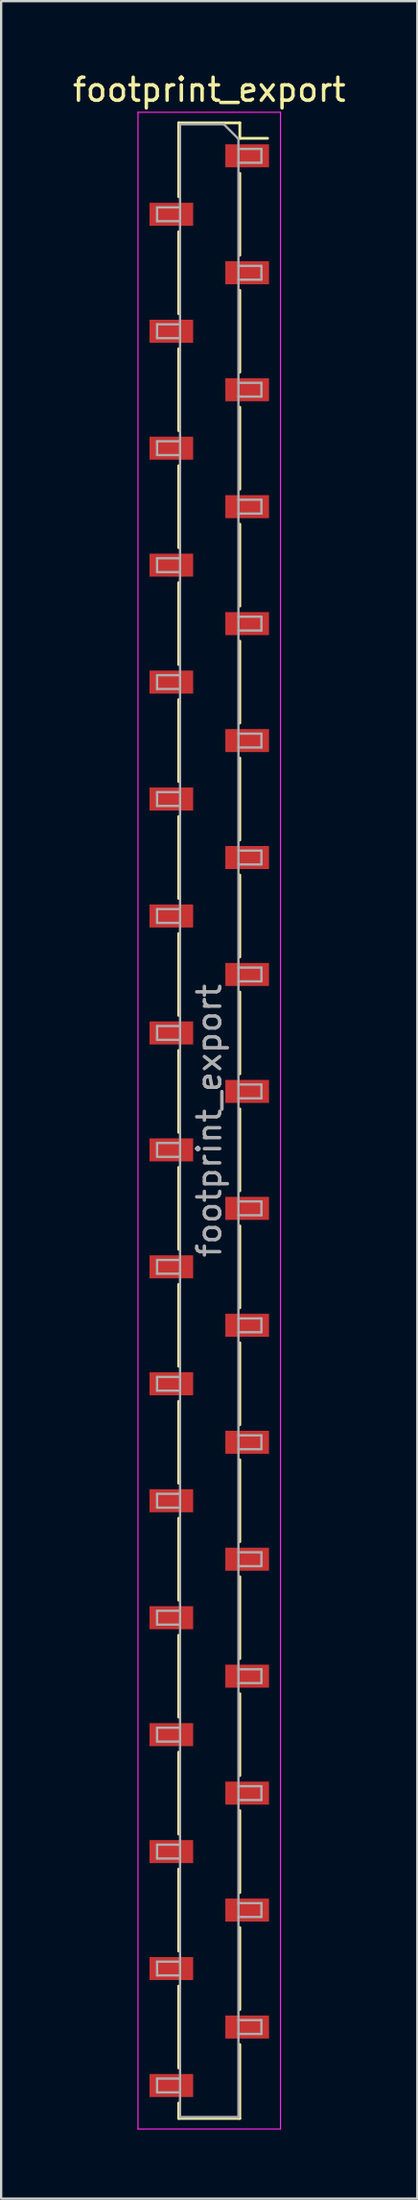
<source format=kicad_pcb>
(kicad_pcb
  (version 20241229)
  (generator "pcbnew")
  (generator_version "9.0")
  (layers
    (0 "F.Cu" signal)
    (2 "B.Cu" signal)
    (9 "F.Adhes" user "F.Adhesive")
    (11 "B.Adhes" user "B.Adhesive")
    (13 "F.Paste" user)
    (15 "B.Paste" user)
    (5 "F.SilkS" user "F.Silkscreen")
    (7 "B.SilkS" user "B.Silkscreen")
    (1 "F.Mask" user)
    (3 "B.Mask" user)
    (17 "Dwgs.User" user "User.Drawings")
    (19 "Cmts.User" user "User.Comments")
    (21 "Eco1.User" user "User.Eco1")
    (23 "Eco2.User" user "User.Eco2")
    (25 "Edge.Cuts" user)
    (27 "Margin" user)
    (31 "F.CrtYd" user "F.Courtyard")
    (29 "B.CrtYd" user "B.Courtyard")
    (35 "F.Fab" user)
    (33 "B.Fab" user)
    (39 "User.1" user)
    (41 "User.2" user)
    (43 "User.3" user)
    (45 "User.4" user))
  (footprint "footprint_export"
    (layer "F.Cu")
    (at 6.054 45.628)
    (property "Reference" "footprint_export" (at 0 -44.78 0) (layer "F.SilkS") (effects (font (size 1 1) (thickness 0.15))))
    (attr smd)
    (fp_line (start -1.33 -43.34) (end -1.33 -40.13) (stroke (width 0.12) (type solid)) (layer "F.SilkS"))
    (fp_line (start -1.33 -43.34) (end 1.33 -43.34) (stroke (width 0.12) (type solid)) (layer "F.SilkS"))
    (fp_line (start -1.33 -38.61) (end -1.33 -35.05) (stroke (width 0.12) (type solid)) (layer "F.SilkS"))
    (fp_line (start -1.33 -33.53) (end -1.33 -29.97) (stroke (width 0.12) (type solid)) (layer "F.SilkS"))
    (fp_line (start -1.33 -28.45) (end -1.33 -24.89) (stroke (width 0.12) (type solid)) (layer "F.SilkS"))
    (fp_line (start -1.33 -23.37) (end -1.33 -19.81) (stroke (width 0.12) (type solid)) (layer "F.SilkS"))
    (fp_line (start -1.33 -18.29) (end -1.33 -14.73) (stroke (width 0.12) (type solid)) (layer "F.SilkS"))
    (fp_line (start -1.33 -13.21) (end -1.33 -9.65) (stroke (width 0.12) (type solid)) (layer "F.SilkS"))
    (fp_line (start -1.33 -8.13) (end -1.33 -4.57) (stroke (width 0.12) (type solid)) (layer "F.SilkS"))
    (fp_line (start -1.33 -3.05) (end -1.33 0.51) (stroke (width 0.12) (type solid)) (layer "F.SilkS"))
    (fp_line (start -1.33 2.03) (end -1.33 5.59) (stroke (width 0.12) (type solid)) (layer "F.SilkS"))
    (fp_line (start -1.33 7.11) (end -1.33 10.67) (stroke (width 0.12) (type solid)) (layer "F.SilkS"))
    (fp_line (start -1.33 12.19) (end -1.33 15.75) (stroke (width 0.12) (type solid)) (layer "F.SilkS"))
    (fp_line (start -1.33 17.27) (end -1.33 20.83) (stroke (width 0.12) (type solid)) (layer "F.SilkS"))
    (fp_line (start -1.33 22.35) (end -1.33 25.91) (stroke (width 0.12) (type solid)) (layer "F.SilkS"))
    (fp_line (start -1.33 27.43) (end -1.33 30.99) (stroke (width 0.12) (type solid)) (layer "F.SilkS"))
    (fp_line (start -1.33 32.51) (end -1.33 36.07) (stroke (width 0.12) (type solid)) (layer "F.SilkS"))
    (fp_line (start -1.33 37.59) (end -1.33 41.15) (stroke (width 0.12) (type solid)) (layer "F.SilkS"))
    (fp_line (start -1.33 42.67) (end -1.33 43.34) (stroke (width 0.12) (type solid)) (layer "F.SilkS"))
    (fp_line (start -1.33 43.34) (end 1.33 43.34) (stroke (width 0.12) (type solid)) (layer "F.SilkS"))
    (fp_line (start 1.33 -43.34) (end 1.33 -42.67) (stroke (width 0.12) (type solid)) (layer "F.SilkS"))
    (fp_line (start 1.33 -42.67) (end 2.54 -42.67) (stroke (width 0.12) (type solid)) (layer "F.SilkS"))
    (fp_line (start 1.33 -41.15) (end 1.33 -37.59) (stroke (width 0.12) (type solid)) (layer "F.SilkS"))
    (fp_line (start 1.33 -36.07) (end 1.33 -32.51) (stroke (width 0.12) (type solid)) (layer "F.SilkS"))
    (fp_line (start 1.33 -30.99) (end 1.33 -27.43) (stroke (width 0.12) (type solid)) (layer "F.SilkS"))
    (fp_line (start 1.33 -25.91) (end 1.33 -22.35) (stroke (width 0.12) (type solid)) (layer "F.SilkS"))
    (fp_line (start 1.33 -20.83) (end 1.33 -17.27) (stroke (width 0.12) (type solid)) (layer "F.SilkS"))
    (fp_line (start 1.33 -15.75) (end 1.33 -12.19) (stroke (width 0.12) (type solid)) (layer "F.SilkS"))
    (fp_line (start 1.33 -10.67) (end 1.33 -7.11) (stroke (width 0.12) (type solid)) (layer "F.SilkS"))
    (fp_line (start 1.33 -5.59) (end 1.33 -2.03) (stroke (width 0.12) (type solid)) (layer "F.SilkS"))
    (fp_line (start 1.33 -0.51) (end 1.33 3.05) (stroke (width 0.12) (type solid)) (layer "F.SilkS"))
    (fp_line (start 1.33 4.57) (end 1.33 8.13) (stroke (width 0.12) (type solid)) (layer "F.SilkS"))
    (fp_line (start 1.33 9.65) (end 1.33 13.21) (stroke (width 0.12) (type solid)) (layer "F.SilkS"))
    (fp_line (start 1.33 14.73) (end 1.33 18.29) (stroke (width 0.12) (type solid)) (layer "F.SilkS"))
    (fp_line (start 1.33 19.81) (end 1.33 23.37) (stroke (width 0.12) (type solid)) (layer "F.SilkS"))
    (fp_line (start 1.33 24.89) (end 1.33 28.45) (stroke (width 0.12) (type solid)) (layer "F.SilkS"))
    (fp_line (start 1.33 29.97) (end 1.33 33.53) (stroke (width 0.12) (type solid)) (layer "F.SilkS"))
    (fp_line (start 1.33 35.05) (end 1.33 38.61) (stroke (width 0.12) (type solid)) (layer "F.SilkS"))
    (fp_line (start 1.33 40.13) (end 1.33 43.34) (stroke (width 0.12) (type solid)) (layer "F.SilkS"))
    (fp_line (start -3.1 -43.8) (end 3.1 -43.8) (stroke (width 0.05) (type solid)) (layer "F.CrtYd"))
    (fp_line (start -3.1 43.8) (end -3.1 -43.8) (stroke (width 0.05) (type solid)) (layer "F.CrtYd"))
    (fp_line (start 3.1 -43.8) (end 3.1 43.8) (stroke (width 0.05) (type solid)) (layer "F.CrtYd"))
    (fp_line (start 3.1 43.8) (end -3.1 43.8) (stroke (width 0.05) (type solid)) (layer "F.CrtYd"))
    (fp_line (start -2.27 -39.67) (end -1.27 -39.67) (stroke (width 0.1) (type solid)) (layer "F.Fab"))
    (fp_line (start -2.27 -39.07) (end -2.27 -39.67) (stroke (width 0.1) (type solid)) (layer "F.Fab"))
    (fp_line (start -2.27 -34.59) (end -1.27 -34.59) (stroke (width 0.1) (type solid)) (layer "F.Fab"))
    (fp_line (start -2.27 -33.99) (end -2.27 -34.59) (stroke (width 0.1) (type solid)) (layer "F.Fab"))
    (fp_line (start -2.27 -29.51) (end -1.27 -29.51) (stroke (width 0.1) (type solid)) (layer "F.Fab"))
    (fp_line (start -2.27 -28.91) (end -2.27 -29.51) (stroke (width 0.1) (type solid)) (layer "F.Fab"))
    (fp_line (start -2.27 -24.43) (end -1.27 -24.43) (stroke (width 0.1) (type solid)) (layer "F.Fab"))
    (fp_line (start -2.27 -23.83) (end -2.27 -24.43) (stroke (width 0.1) (type solid)) (layer "F.Fab"))
    (fp_line (start -2.27 -19.35) (end -1.27 -19.35) (stroke (width 0.1) (type solid)) (layer "F.Fab"))
    (fp_line (start -2.27 -18.75) (end -2.27 -19.35) (stroke (width 0.1) (type solid)) (layer "F.Fab"))
    (fp_line (start -2.27 -14.27) (end -1.27 -14.27) (stroke (width 0.1) (type solid)) (layer "F.Fab"))
    (fp_line (start -2.27 -13.67) (end -2.27 -14.27) (stroke (width 0.1) (type solid)) (layer "F.Fab"))
    (fp_line (start -2.27 -9.19) (end -1.27 -9.19) (stroke (width 0.1) (type solid)) (layer "F.Fab"))
    (fp_line (start -2.27 -8.59) (end -2.27 -9.19) (stroke (width 0.1) (type solid)) (layer "F.Fab"))
    (fp_line (start -2.27 -4.11) (end -1.27 -4.11) (stroke (width 0.1) (type solid)) (layer "F.Fab"))
    (fp_line (start -2.27 -3.51) (end -2.27 -4.11) (stroke (width 0.1) (type solid)) (layer "F.Fab"))
    (fp_line (start -2.27 0.97) (end -1.27 0.97) (stroke (width 0.1) (type solid)) (layer "F.Fab"))
    (fp_line (start -2.27 1.57) (end -2.27 0.97) (stroke (width 0.1) (type solid)) (layer "F.Fab"))
    (fp_line (start -2.27 6.05) (end -1.27 6.05) (stroke (width 0.1) (type solid)) (layer "F.Fab"))
    (fp_line (start -2.27 6.65) (end -2.27 6.05) (stroke (width 0.1) (type solid)) (layer "F.Fab"))
    (fp_line (start -2.27 11.13) (end -1.27 11.13) (stroke (width 0.1) (type solid)) (layer "F.Fab"))
    (fp_line (start -2.27 11.73) (end -2.27 11.13) (stroke (width 0.1) (type solid)) (layer "F.Fab"))
    (fp_line (start -2.27 16.21) (end -1.27 16.21) (stroke (width 0.1) (type solid)) (layer "F.Fab"))
    (fp_line (start -2.27 16.81) (end -2.27 16.21) (stroke (width 0.1) (type solid)) (layer "F.Fab"))
    (fp_line (start -2.27 21.29) (end -1.27 21.29) (stroke (width 0.1) (type solid)) (layer "F.Fab"))
    (fp_line (start -2.27 21.89) (end -2.27 21.29) (stroke (width 0.1) (type solid)) (layer "F.Fab"))
    (fp_line (start -2.27 26.37) (end -1.27 26.37) (stroke (width 0.1) (type solid)) (layer "F.Fab"))
    (fp_line (start -2.27 26.97) (end -2.27 26.37) (stroke (width 0.1) (type solid)) (layer "F.Fab"))
    (fp_line (start -2.27 31.45) (end -1.27 31.45) (stroke (width 0.1) (type solid)) (layer "F.Fab"))
    (fp_line (start -2.27 32.05) (end -2.27 31.45) (stroke (width 0.1) (type solid)) (layer "F.Fab"))
    (fp_line (start -2.27 36.53) (end -1.27 36.53) (stroke (width 0.1) (type solid)) (layer "F.Fab"))
    (fp_line (start -2.27 37.13) (end -2.27 36.53) (stroke (width 0.1) (type solid)) (layer "F.Fab"))
    (fp_line (start -2.27 41.61) (end -1.27 41.61) (stroke (width 0.1) (type solid)) (layer "F.Fab"))
    (fp_line (start -2.27 42.21) (end -2.27 41.61) (stroke (width 0.1) (type solid)) (layer "F.Fab"))
    (fp_line (start -1.27 -43.28) (end 0.635 -43.28) (stroke (width 0.1) (type solid)) (layer "F.Fab"))
    (fp_line (start -1.27 -39.07) (end -2.27 -39.07) (stroke (width 0.1) (type solid)) (layer "F.Fab"))
    (fp_line (start -1.27 -33.99) (end -2.27 -33.99) (stroke (width 0.1) (type solid)) (layer "F.Fab"))
    (fp_line (start -1.27 -28.91) (end -2.27 -28.91) (stroke (width 0.1) (type solid)) (layer "F.Fab"))
    (fp_line (start -1.27 -23.83) (end -2.27 -23.83) (stroke (width 0.1) (type solid)) (layer "F.Fab"))
    (fp_line (start -1.27 -18.75) (end -2.27 -18.75) (stroke (width 0.1) (type solid)) (layer "F.Fab"))
    (fp_line (start -1.27 -13.67) (end -2.27 -13.67) (stroke (width 0.1) (type solid)) (layer "F.Fab"))
    (fp_line (start -1.27 -8.59) (end -2.27 -8.59) (stroke (width 0.1) (type solid)) (layer "F.Fab"))
    (fp_line (start -1.27 -3.51) (end -2.27 -3.51) (stroke (width 0.1) (type solid)) (layer "F.Fab"))
    (fp_line (start -1.27 1.57) (end -2.27 1.57) (stroke (width 0.1) (type solid)) (layer "F.Fab"))
    (fp_line (start -1.27 6.65) (end -2.27 6.65) (stroke (width 0.1) (type solid)) (layer "F.Fab"))
    (fp_line (start -1.27 11.73) (end -2.27 11.73) (stroke (width 0.1) (type solid)) (layer "F.Fab"))
    (fp_line (start -1.27 16.81) (end -2.27 16.81) (stroke (width 0.1) (type solid)) (layer "F.Fab"))
    (fp_line (start -1.27 21.89) (end -2.27 21.89) (stroke (width 0.1) (type solid)) (layer "F.Fab"))
    (fp_line (start -1.27 26.97) (end -2.27 26.97) (stroke (width 0.1) (type solid)) (layer "F.Fab"))
    (fp_line (start -1.27 32.05) (end -2.27 32.05) (stroke (width 0.1) (type solid)) (layer "F.Fab"))
    (fp_line (start -1.27 37.13) (end -2.27 37.13) (stroke (width 0.1) (type solid)) (layer "F.Fab"))
    (fp_line (start -1.27 42.21) (end -2.27 42.21) (stroke (width 0.1) (type solid)) (layer "F.Fab"))
    (fp_line (start -1.27 43.28) (end -1.27 -43.28) (stroke (width 0.1) (type solid)) (layer "F.Fab"))
    (fp_line (start 0.635 -43.28) (end 1.27 -42.645) (stroke (width 0.1) (type solid)) (layer "F.Fab"))
    (fp_line (start 1.27 -42.645) (end 1.27 43.28) (stroke (width 0.1) (type solid)) (layer "F.Fab"))
    (fp_line (start 1.27 -42.21) (end 2.27 -42.21) (stroke (width 0.1) (type solid)) (layer "F.Fab"))
    (fp_line (start 1.27 -37.13) (end 2.27 -37.13) (stroke (width 0.1) (type solid)) (layer "F.Fab"))
    (fp_line (start 1.27 -32.05) (end 2.27 -32.05) (stroke (width 0.1) (type solid)) (layer "F.Fab"))
    (fp_line (start 1.27 -26.97) (end 2.27 -26.97) (stroke (width 0.1) (type solid)) (layer "F.Fab"))
    (fp_line (start 1.27 -21.89) (end 2.27 -21.89) (stroke (width 0.1) (type solid)) (layer "F.Fab"))
    (fp_line (start 1.27 -16.81) (end 2.27 -16.81) (stroke (width 0.1) (type solid)) (layer "F.Fab"))
    (fp_line (start 1.27 -11.73) (end 2.27 -11.73) (stroke (width 0.1) (type solid)) (layer "F.Fab"))
    (fp_line (start 1.27 -6.65) (end 2.27 -6.65) (stroke (width 0.1) (type solid)) (layer "F.Fab"))
    (fp_line (start 1.27 -1.57) (end 2.27 -1.57) (stroke (width 0.1) (type solid)) (layer "F.Fab"))
    (fp_line (start 1.27 3.51) (end 2.27 3.51) (stroke (width 0.1) (type solid)) (layer "F.Fab"))
    (fp_line (start 1.27 8.59) (end 2.27 8.59) (stroke (width 0.1) (type solid)) (layer "F.Fab"))
    (fp_line (start 1.27 13.67) (end 2.27 13.67) (stroke (width 0.1) (type solid)) (layer "F.Fab"))
    (fp_line (start 1.27 18.75) (end 2.27 18.75) (stroke (width 0.1) (type solid)) (layer "F.Fab"))
    (fp_line (start 1.27 23.83) (end 2.27 23.83) (stroke (width 0.1) (type solid)) (layer "F.Fab"))
    (fp_line (start 1.27 28.91) (end 2.27 28.91) (stroke (width 0.1) (type solid)) (layer "F.Fab"))
    (fp_line (start 1.27 33.99) (end 2.27 33.99) (stroke (width 0.1) (type solid)) (layer "F.Fab"))
    (fp_line (start 1.27 39.07) (end 2.27 39.07) (stroke (width 0.1) (type solid)) (layer "F.Fab"))
    (fp_line (start 1.27 43.28) (end -1.27 43.28) (stroke (width 0.1) (type solid)) (layer "F.Fab"))
    (fp_line (start 2.27 -42.21) (end 2.27 -41.61) (stroke (width 0.1) (type solid)) (layer "F.Fab"))
    (fp_line (start 2.27 -41.61) (end 1.27 -41.61) (stroke (width 0.1) (type solid)) (layer "F.Fab"))
    (fp_line (start 2.27 -37.13) (end 2.27 -36.53) (stroke (width 0.1) (type solid)) (layer "F.Fab"))
    (fp_line (start 2.27 -36.53) (end 1.27 -36.53) (stroke (width 0.1) (type solid)) (layer "F.Fab"))
    (fp_line (start 2.27 -32.05) (end 2.27 -31.45) (stroke (width 0.1) (type solid)) (layer "F.Fab"))
    (fp_line (start 2.27 -31.45) (end 1.27 -31.45) (stroke (width 0.1) (type solid)) (layer "F.Fab"))
    (fp_line (start 2.27 -26.97) (end 2.27 -26.37) (stroke (width 0.1) (type solid)) (layer "F.Fab"))
    (fp_line (start 2.27 -26.37) (end 1.27 -26.37) (stroke (width 0.1) (type solid)) (layer "F.Fab"))
    (fp_line (start 2.27 -21.89) (end 2.27 -21.29) (stroke (width 0.1) (type solid)) (layer "F.Fab"))
    (fp_line (start 2.27 -21.29) (end 1.27 -21.29) (stroke (width 0.1) (type solid)) (layer "F.Fab"))
    (fp_line (start 2.27 -16.81) (end 2.27 -16.21) (stroke (width 0.1) (type solid)) (layer "F.Fab"))
    (fp_line (start 2.27 -16.21) (end 1.27 -16.21) (stroke (width 0.1) (type solid)) (layer "F.Fab"))
    (fp_line (start 2.27 -11.73) (end 2.27 -11.13) (stroke (width 0.1) (type solid)) (layer "F.Fab"))
    (fp_line (start 2.27 -11.13) (end 1.27 -11.13) (stroke (width 0.1) (type solid)) (layer "F.Fab"))
    (fp_line (start 2.27 -6.65) (end 2.27 -6.05) (stroke (width 0.1) (type solid)) (layer "F.Fab"))
    (fp_line (start 2.27 -6.05) (end 1.27 -6.05) (stroke (width 0.1) (type solid)) (layer "F.Fab"))
    (fp_line (start 2.27 -1.57) (end 2.27 -0.97) (stroke (width 0.1) (type solid)) (layer "F.Fab"))
    (fp_line (start 2.27 -0.97) (end 1.27 -0.97) (stroke (width 0.1) (type solid)) (layer "F.Fab"))
    (fp_line (start 2.27 3.51) (end 2.27 4.11) (stroke (width 0.1) (type solid)) (layer "F.Fab"))
    (fp_line (start 2.27 4.11) (end 1.27 4.11) (stroke (width 0.1) (type solid)) (layer "F.Fab"))
    (fp_line (start 2.27 8.59) (end 2.27 9.19) (stroke (width 0.1) (type solid)) (layer "F.Fab"))
    (fp_line (start 2.27 9.19) (end 1.27 9.19) (stroke (width 0.1) (type solid)) (layer "F.Fab"))
    (fp_line (start 2.27 13.67) (end 2.27 14.27) (stroke (width 0.1) (type solid)) (layer "F.Fab"))
    (fp_line (start 2.27 14.27) (end 1.27 14.27) (stroke (width 0.1) (type solid)) (layer "F.Fab"))
    (fp_line (start 2.27 18.75) (end 2.27 19.35) (stroke (width 0.1) (type solid)) (layer "F.Fab"))
    (fp_line (start 2.27 19.35) (end 1.27 19.35) (stroke (width 0.1) (type solid)) (layer "F.Fab"))
    (fp_line (start 2.27 23.83) (end 2.27 24.43) (stroke (width 0.1) (type solid)) (layer "F.Fab"))
    (fp_line (start 2.27 24.43) (end 1.27 24.43) (stroke (width 0.1) (type solid)) (layer "F.Fab"))
    (fp_line (start 2.27 28.91) (end 2.27 29.51) (stroke (width 0.1) (type solid)) (layer "F.Fab"))
    (fp_line (start 2.27 29.51) (end 1.27 29.51) (stroke (width 0.1) (type solid)) (layer "F.Fab"))
    (fp_line (start 2.27 33.99) (end 2.27 34.59) (stroke (width 0.1) (type solid)) (layer "F.Fab"))
    (fp_line (start 2.27 34.59) (end 1.27 34.59) (stroke (width 0.1) (type solid)) (layer "F.Fab"))
    (fp_line (start 2.27 39.07) (end 2.27 39.67) (stroke (width 0.1) (type solid)) (layer "F.Fab"))
    (fp_line (start 2.27 39.67) (end 1.27 39.67) (stroke (width 0.1) (type solid)) (layer "F.Fab"))
    (fp_text user "${REFERENCE}" (at 0 0 90) (layer "F.Fab") (effects (font (size 1 1) (thickness 0.15))))
    (pad "1" smd rect (at 1.65 -41.91) (size 1.9 1) (layers "F.Cu" "F.Mask" "F.Paste"))
    (pad "2" smd rect (at -1.65 -39.37) (size 1.9 1) (layers "F.Cu" "F.Mask" "F.Paste"))
    (pad "3" smd rect (at 1.65 -36.83) (size 1.9 1) (layers "F.Cu" "F.Mask" "F.Paste"))
    (pad "4" smd rect (at -1.65 -34.29) (size 1.9 1) (layers "F.Cu" "F.Mask" "F.Paste"))
    (pad "5" smd rect (at 1.65 -31.75) (size 1.9 1) (layers "F.Cu" "F.Mask" "F.Paste"))
    (pad "6" smd rect (at -1.65 -29.21) (size 1.9 1) (layers "F.Cu" "F.Mask" "F.Paste"))
    (pad "7" smd rect (at 1.65 -26.67) (size 1.9 1) (layers "F.Cu" "F.Mask" "F.Paste"))
    (pad "8" smd rect (at -1.65 -24.13) (size 1.9 1) (layers "F.Cu" "F.Mask" "F.Paste"))
    (pad "9" smd rect (at 1.65 -21.59) (size 1.9 1) (layers "F.Cu" "F.Mask" "F.Paste"))
    (pad "10" smd rect (at -1.65 -19.05) (size 1.9 1) (layers "F.Cu" "F.Mask" "F.Paste"))
    (pad "11" smd rect (at 1.65 -16.51) (size 1.9 1) (layers "F.Cu" "F.Mask" "F.Paste"))
    (pad "12" smd rect (at -1.65 -13.97) (size 1.9 1) (layers "F.Cu" "F.Mask" "F.Paste"))
    (pad "13" smd rect (at 1.65 -11.43) (size 1.9 1) (layers "F.Cu" "F.Mask" "F.Paste"))
    (pad "14" smd rect (at -1.65 -8.89) (size 1.9 1) (layers "F.Cu" "F.Mask" "F.Paste"))
    (pad "15" smd rect (at 1.65 -6.35) (size 1.9 1) (layers "F.Cu" "F.Mask" "F.Paste"))
    (pad "16" smd rect (at -1.65 -3.81) (size 1.9 1) (layers "F.Cu" "F.Mask" "F.Paste"))
    (pad "17" smd rect (at 1.65 -1.27) (size 1.9 1) (layers "F.Cu" "F.Mask" "F.Paste"))
    (pad "18" smd rect (at -1.65 1.27) (size 1.9 1) (layers "F.Cu" "F.Mask" "F.Paste"))
    (pad "19" smd rect (at 1.65 3.81) (size 1.9 1) (layers "F.Cu" "F.Mask" "F.Paste"))
    (pad "20" smd rect (at -1.65 6.35) (size 1.9 1) (layers "F.Cu" "F.Mask" "F.Paste"))
    (pad "21" smd rect (at 1.65 8.89) (size 1.9 1) (layers "F.Cu" "F.Mask" "F.Paste"))
    (pad "22" smd rect (at -1.65 11.43) (size 1.9 1) (layers "F.Cu" "F.Mask" "F.Paste"))
    (pad "23" smd rect (at 1.65 13.97) (size 1.9 1) (layers "F.Cu" "F.Mask" "F.Paste"))
    (pad "24" smd rect (at -1.65 16.51) (size 1.9 1) (layers "F.Cu" "F.Mask" "F.Paste"))
    (pad "25" smd rect (at 1.65 19.05) (size 1.9 1) (layers "F.Cu" "F.Mask" "F.Paste"))
    (pad "26" smd rect (at -1.65 21.59) (size 1.9 1) (layers "F.Cu" "F.Mask" "F.Paste"))
    (pad "27" smd rect (at 1.65 24.13) (size 1.9 1) (layers "F.Cu" "F.Mask" "F.Paste"))
    (pad "28" smd rect (at -1.65 26.67) (size 1.9 1) (layers "F.Cu" "F.Mask" "F.Paste"))
    (pad "29" smd rect (at 1.65 29.21) (size 1.9 1) (layers "F.Cu" "F.Mask" "F.Paste"))
    (pad "30" smd rect (at -1.65 31.75) (size 1.9 1) (layers "F.Cu" "F.Mask" "F.Paste"))
    (pad "31" smd rect (at 1.65 34.29) (size 1.9 1) (layers "F.Cu" "F.Mask" "F.Paste"))
    (pad "32" smd rect (at -1.65 36.83) (size 1.9 1) (layers "F.Cu" "F.Mask" "F.Paste"))
    (pad "33" smd rect (at 1.65 39.37) (size 1.9 1) (layers "F.Cu" "F.Mask" "F.Paste"))
    (pad "34" smd rect (at -1.65 41.91) (size 1.9 1) (layers "F.Cu" "F.Mask" "F.Paste")))
  (gr_rect
    (start -3 -3)
    (end 15.107 92.453)
    (stroke (width 0.1) (type default))
    (fill no)
    (layer "Edge.Cuts")))
</source>
